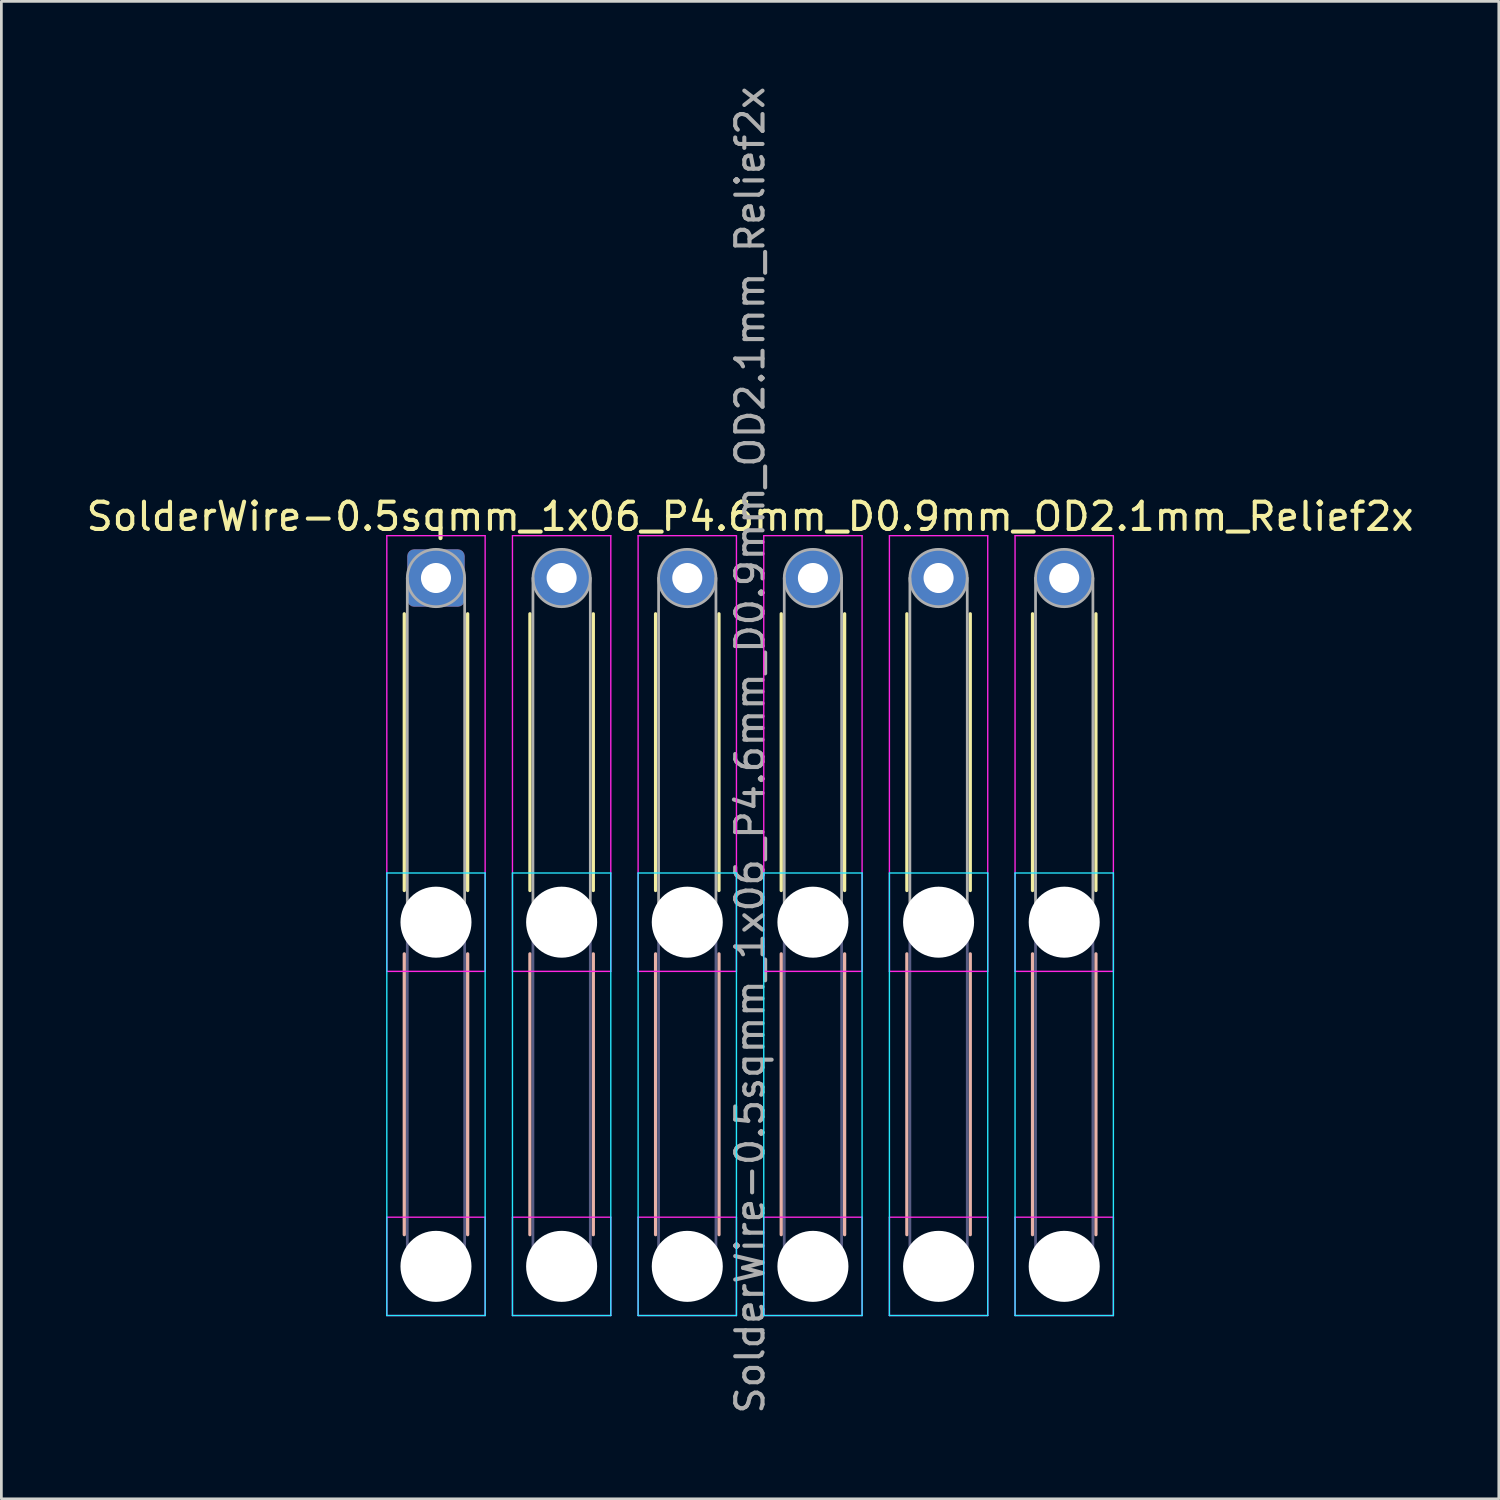
<source format=kicad_pcb>
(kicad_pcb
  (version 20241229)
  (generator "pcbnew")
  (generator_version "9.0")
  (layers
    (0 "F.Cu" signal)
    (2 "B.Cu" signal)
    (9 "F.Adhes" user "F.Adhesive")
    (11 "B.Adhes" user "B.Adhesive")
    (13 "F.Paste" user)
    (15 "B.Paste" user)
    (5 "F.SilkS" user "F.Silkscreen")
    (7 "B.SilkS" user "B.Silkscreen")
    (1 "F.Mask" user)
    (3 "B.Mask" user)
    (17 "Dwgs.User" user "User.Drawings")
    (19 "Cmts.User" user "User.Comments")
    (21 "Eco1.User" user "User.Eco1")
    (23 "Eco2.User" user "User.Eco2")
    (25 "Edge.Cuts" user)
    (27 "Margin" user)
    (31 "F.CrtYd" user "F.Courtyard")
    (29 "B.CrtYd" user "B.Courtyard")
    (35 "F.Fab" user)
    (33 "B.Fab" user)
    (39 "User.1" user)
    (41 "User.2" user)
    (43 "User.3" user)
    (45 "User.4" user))
  (footprint "SolderWire-0.5sqmm_1x06_P4.6mm_D0.9mm_OD2.1mm_Relief2x"
    (layer "F.Cu")
    (at 12.911 18.111)
    (property "Reference" "SolderWire-0.5sqmm_1x06_P4.6mm_D0.9mm_OD2.1mm_Relief2x" (at 11.5 -2.25 0) (layer "F.SilkS") (effects (font (size 1 1) (thickness 0.15))))
    (attr exclude_from_pos_files exclude_from_bom)
    (fp_line (start -1.16 1.31) (end -1.16 11.44) (stroke (width 0.12) (type solid)) (layer "F.SilkS"))
    (fp_line (start 1.16 1.31) (end 1.16 11.44) (stroke (width 0.12) (type solid)) (layer "F.SilkS"))
    (fp_line (start 3.44 1.31) (end 3.44 11.44) (stroke (width 0.12) (type solid)) (layer "F.SilkS"))
    (fp_line (start 5.76 1.31) (end 5.76 11.44) (stroke (width 0.12) (type solid)) (layer "F.SilkS"))
    (fp_line (start 8.04 1.31) (end 8.04 11.44) (stroke (width 0.12) (type solid)) (layer "F.SilkS"))
    (fp_line (start 10.36 1.31) (end 10.36 11.44) (stroke (width 0.12) (type solid)) (layer "F.SilkS"))
    (fp_line (start 12.64 1.31) (end 12.64 11.44) (stroke (width 0.12) (type solid)) (layer "F.SilkS"))
    (fp_line (start 14.96 1.31) (end 14.96 11.44) (stroke (width 0.12) (type solid)) (layer "F.SilkS"))
    (fp_line (start 17.24 1.31) (end 17.24 11.44) (stroke (width 0.12) (type solid)) (layer "F.SilkS"))
    (fp_line (start 19.56 1.31) (end 19.56 11.44) (stroke (width 0.12) (type solid)) (layer "F.SilkS"))
    (fp_line (start 21.84 1.31) (end 21.84 11.44) (stroke (width 0.12) (type solid)) (layer "F.SilkS"))
    (fp_line (start 24.16 1.31) (end 24.16 11.44) (stroke (width 0.12) (type solid)) (layer "F.SilkS"))
    (fp_line (start -1.16 13.76) (end -1.16 24.04) (stroke (width 0.12) (type solid)) (layer "B.SilkS"))
    (fp_line (start 1.16 13.76) (end 1.16 24.04) (stroke (width 0.12) (type solid)) (layer "B.SilkS"))
    (fp_line (start 3.44 13.76) (end 3.44 24.04) (stroke (width 0.12) (type solid)) (layer "B.SilkS"))
    (fp_line (start 5.76 13.76) (end 5.76 24.04) (stroke (width 0.12) (type solid)) (layer "B.SilkS"))
    (fp_line (start 8.04 13.76) (end 8.04 24.04) (stroke (width 0.12) (type solid)) (layer "B.SilkS"))
    (fp_line (start 10.36 13.76) (end 10.36 24.04) (stroke (width 0.12) (type solid)) (layer "B.SilkS"))
    (fp_line (start 12.64 13.76) (end 12.64 24.04) (stroke (width 0.12) (type solid)) (layer "B.SilkS"))
    (fp_line (start 14.96 13.76) (end 14.96 24.04) (stroke (width 0.12) (type solid)) (layer "B.SilkS"))
    (fp_line (start 17.24 13.76) (end 17.24 24.04) (stroke (width 0.12) (type solid)) (layer "B.SilkS"))
    (fp_line (start 19.56 13.76) (end 19.56 24.04) (stroke (width 0.12) (type solid)) (layer "B.SilkS"))
    (fp_line (start 21.84 13.76) (end 21.84 24.04) (stroke (width 0.12) (type solid)) (layer "B.SilkS"))
    (fp_line (start 24.16 13.76) (end 24.16 24.04) (stroke (width 0.12) (type solid)) (layer "B.SilkS"))
    (fp_line (start -1.8 10.8) (end -1.8 27) (stroke (width 0.05) (type solid)) (layer "B.CrtYd"))
    (fp_line (start -1.8 27) (end 1.8 27) (stroke (width 0.05) (type solid)) (layer "B.CrtYd"))
    (fp_line (start 1.8 10.8) (end -1.8 10.8) (stroke (width 0.05) (type solid)) (layer "B.CrtYd"))
    (fp_line (start 1.8 27) (end 1.8 10.8) (stroke (width 0.05) (type solid)) (layer "B.CrtYd"))
    (fp_line (start 2.8 10.8) (end 2.8 27) (stroke (width 0.05) (type solid)) (layer "B.CrtYd"))
    (fp_line (start 2.8 27) (end 6.4 27) (stroke (width 0.05) (type solid)) (layer "B.CrtYd"))
    (fp_line (start 6.4 10.8) (end 2.8 10.8) (stroke (width 0.05) (type solid)) (layer "B.CrtYd"))
    (fp_line (start 6.4 27) (end 6.4 10.8) (stroke (width 0.05) (type solid)) (layer "B.CrtYd"))
    (fp_line (start 7.4 10.8) (end 7.4 27) (stroke (width 0.05) (type solid)) (layer "B.CrtYd"))
    (fp_line (start 7.4 27) (end 11 27) (stroke (width 0.05) (type solid)) (layer "B.CrtYd"))
    (fp_line (start 11 10.8) (end 7.4 10.8) (stroke (width 0.05) (type solid)) (layer "B.CrtYd"))
    (fp_line (start 11 27) (end 11 10.8) (stroke (width 0.05) (type solid)) (layer "B.CrtYd"))
    (fp_line (start 12 10.8) (end 12 27) (stroke (width 0.05) (type solid)) (layer "B.CrtYd"))
    (fp_line (start 12 27) (end 15.6 27) (stroke (width 0.05) (type solid)) (layer "B.CrtYd"))
    (fp_line (start 15.6 10.8) (end 12 10.8) (stroke (width 0.05) (type solid)) (layer "B.CrtYd"))
    (fp_line (start 15.6 27) (end 15.6 10.8) (stroke (width 0.05) (type solid)) (layer "B.CrtYd"))
    (fp_line (start 16.6 10.8) (end 16.6 27) (stroke (width 0.05) (type solid)) (layer "B.CrtYd"))
    (fp_line (start 16.6 27) (end 20.2 27) (stroke (width 0.05) (type solid)) (layer "B.CrtYd"))
    (fp_line (start 20.2 10.8) (end 16.6 10.8) (stroke (width 0.05) (type solid)) (layer "B.CrtYd"))
    (fp_line (start 20.2 27) (end 20.2 10.8) (stroke (width 0.05) (type solid)) (layer "B.CrtYd"))
    (fp_line (start 21.2 10.8) (end 21.2 27) (stroke (width 0.05) (type solid)) (layer "B.CrtYd"))
    (fp_line (start 21.2 27) (end 24.8 27) (stroke (width 0.05) (type solid)) (layer "B.CrtYd"))
    (fp_line (start 24.8 10.8) (end 21.2 10.8) (stroke (width 0.05) (type solid)) (layer "B.CrtYd"))
    (fp_line (start 24.8 27) (end 24.8 10.8) (stroke (width 0.05) (type solid)) (layer "B.CrtYd"))
    (fp_line (start -1.8 -1.55) (end -1.8 14.4) (stroke (width 0.05) (type solid)) (layer "F.CrtYd"))
    (fp_line (start -1.8 14.4) (end 1.8 14.4) (stroke (width 0.05) (type solid)) (layer "F.CrtYd"))
    (fp_line (start -1.8 23.4) (end -1.8 27) (stroke (width 0.05) (type solid)) (layer "F.CrtYd"))
    (fp_line (start -1.8 27) (end 1.8 27) (stroke (width 0.05) (type solid)) (layer "F.CrtYd"))
    (fp_line (start 1.8 -1.55) (end -1.8 -1.55) (stroke (width 0.05) (type solid)) (layer "F.CrtYd"))
    (fp_line (start 1.8 14.4) (end 1.8 -1.55) (stroke (width 0.05) (type solid)) (layer "F.CrtYd"))
    (fp_line (start 1.8 23.4) (end -1.8 23.4) (stroke (width 0.05) (type solid)) (layer "F.CrtYd"))
    (fp_line (start 1.8 27) (end 1.8 23.4) (stroke (width 0.05) (type solid)) (layer "F.CrtYd"))
    (fp_line (start 2.8 -1.55) (end 2.8 14.4) (stroke (width 0.05) (type solid)) (layer "F.CrtYd"))
    (fp_line (start 2.8 14.4) (end 6.4 14.4) (stroke (width 0.05) (type solid)) (layer "F.CrtYd"))
    (fp_line (start 2.8 23.4) (end 2.8 27) (stroke (width 0.05) (type solid)) (layer "F.CrtYd"))
    (fp_line (start 2.8 27) (end 6.4 27) (stroke (width 0.05) (type solid)) (layer "F.CrtYd"))
    (fp_line (start 6.4 -1.55) (end 2.8 -1.55) (stroke (width 0.05) (type solid)) (layer "F.CrtYd"))
    (fp_line (start 6.4 14.4) (end 6.4 -1.55) (stroke (width 0.05) (type solid)) (layer "F.CrtYd"))
    (fp_line (start 6.4 23.4) (end 2.8 23.4) (stroke (width 0.05) (type solid)) (layer "F.CrtYd"))
    (fp_line (start 6.4 27) (end 6.4 23.4) (stroke (width 0.05) (type solid)) (layer "F.CrtYd"))
    (fp_line (start 7.4 -1.55) (end 7.4 14.4) (stroke (width 0.05) (type solid)) (layer "F.CrtYd"))
    (fp_line (start 7.4 14.4) (end 11 14.4) (stroke (width 0.05) (type solid)) (layer "F.CrtYd"))
    (fp_line (start 7.4 23.4) (end 7.4 27) (stroke (width 0.05) (type solid)) (layer "F.CrtYd"))
    (fp_line (start 7.4 27) (end 11 27) (stroke (width 0.05) (type solid)) (layer "F.CrtYd"))
    (fp_line (start 11 -1.55) (end 7.4 -1.55) (stroke (width 0.05) (type solid)) (layer "F.CrtYd"))
    (fp_line (start 11 14.4) (end 11 -1.55) (stroke (width 0.05) (type solid)) (layer "F.CrtYd"))
    (fp_line (start 11 23.4) (end 7.4 23.4) (stroke (width 0.05) (type solid)) (layer "F.CrtYd"))
    (fp_line (start 11 27) (end 11 23.4) (stroke (width 0.05) (type solid)) (layer "F.CrtYd"))
    (fp_line (start 12 -1.55) (end 12 14.4) (stroke (width 0.05) (type solid)) (layer "F.CrtYd"))
    (fp_line (start 12 14.4) (end 15.6 14.4) (stroke (width 0.05) (type solid)) (layer "F.CrtYd"))
    (fp_line (start 12 23.4) (end 12 27) (stroke (width 0.05) (type solid)) (layer "F.CrtYd"))
    (fp_line (start 12 27) (end 15.6 27) (stroke (width 0.05) (type solid)) (layer "F.CrtYd"))
    (fp_line (start 15.6 -1.55) (end 12 -1.55) (stroke (width 0.05) (type solid)) (layer "F.CrtYd"))
    (fp_line (start 15.6 14.4) (end 15.6 -1.55) (stroke (width 0.05) (type solid)) (layer "F.CrtYd"))
    (fp_line (start 15.6 23.4) (end 12 23.4) (stroke (width 0.05) (type solid)) (layer "F.CrtYd"))
    (fp_line (start 15.6 27) (end 15.6 23.4) (stroke (width 0.05) (type solid)) (layer "F.CrtYd"))
    (fp_line (start 16.6 -1.55) (end 16.6 14.4) (stroke (width 0.05) (type solid)) (layer "F.CrtYd"))
    (fp_line (start 16.6 14.4) (end 20.2 14.4) (stroke (width 0.05) (type solid)) (layer "F.CrtYd"))
    (fp_line (start 16.6 23.4) (end 16.6 27) (stroke (width 0.05) (type solid)) (layer "F.CrtYd"))
    (fp_line (start 16.6 27) (end 20.2 27) (stroke (width 0.05) (type solid)) (layer "F.CrtYd"))
    (fp_line (start 20.2 -1.55) (end 16.6 -1.55) (stroke (width 0.05) (type solid)) (layer "F.CrtYd"))
    (fp_line (start 20.2 14.4) (end 20.2 -1.55) (stroke (width 0.05) (type solid)) (layer "F.CrtYd"))
    (fp_line (start 20.2 23.4) (end 16.6 23.4) (stroke (width 0.05) (type solid)) (layer "F.CrtYd"))
    (fp_line (start 20.2 27) (end 20.2 23.4) (stroke (width 0.05) (type solid)) (layer "F.CrtYd"))
    (fp_line (start 21.2 -1.55) (end 21.2 14.4) (stroke (width 0.05) (type solid)) (layer "F.CrtYd"))
    (fp_line (start 21.2 14.4) (end 24.8 14.4) (stroke (width 0.05) (type solid)) (layer "F.CrtYd"))
    (fp_line (start 21.2 23.4) (end 21.2 27) (stroke (width 0.05) (type solid)) (layer "F.CrtYd"))
    (fp_line (start 21.2 27) (end 24.8 27) (stroke (width 0.05) (type solid)) (layer "F.CrtYd"))
    (fp_line (start 24.8 -1.55) (end 21.2 -1.55) (stroke (width 0.05) (type solid)) (layer "F.CrtYd"))
    (fp_line (start 24.8 14.4) (end 24.8 -1.55) (stroke (width 0.05) (type solid)) (layer "F.CrtYd"))
    (fp_line (start 24.8 23.4) (end 21.2 23.4) (stroke (width 0.05) (type solid)) (layer "F.CrtYd"))
    (fp_line (start 24.8 27) (end 24.8 23.4) (stroke (width 0.05) (type solid)) (layer "F.CrtYd"))
    (fp_line (start -1.05 12.6) (end -1.05 25.2) (stroke (width 0.1) (type solid)) (layer "B.Fab"))
    (fp_line (start 1.05 12.6) (end 1.05 25.2) (stroke (width 0.1) (type solid)) (layer "B.Fab"))
    (fp_line (start 3.55 12.6) (end 3.55 25.2) (stroke (width 0.1) (type solid)) (layer "B.Fab"))
    (fp_line (start 5.65 12.6) (end 5.65 25.2) (stroke (width 0.1) (type solid)) (layer "B.Fab"))
    (fp_line (start 8.15 12.6) (end 8.15 25.2) (stroke (width 0.1) (type solid)) (layer "B.Fab"))
    (fp_line (start 10.25 12.6) (end 10.25 25.2) (stroke (width 0.1) (type solid)) (layer "B.Fab"))
    (fp_line (start 12.75 12.6) (end 12.75 25.2) (stroke (width 0.1) (type solid)) (layer "B.Fab"))
    (fp_line (start 14.85 12.6) (end 14.85 25.2) (stroke (width 0.1) (type solid)) (layer "B.Fab"))
    (fp_line (start 17.35 12.6) (end 17.35 25.2) (stroke (width 0.1) (type solid)) (layer "B.Fab"))
    (fp_line (start 19.45 12.6) (end 19.45 25.2) (stroke (width 0.1) (type solid)) (layer "B.Fab"))
    (fp_line (start 21.95 12.6) (end 21.95 25.2) (stroke (width 0.1) (type solid)) (layer "B.Fab"))
    (fp_line (start 24.05 12.6) (end 24.05 25.2) (stroke (width 0.1) (type solid)) (layer "B.Fab"))
    (fp_circle (center 0 12.6) (end 1.05 12.6) (stroke (width 0.1) (type solid)) (fill no) (layer "B.Fab"))
    (fp_circle (center 0 25.2) (end 1.05 25.2) (stroke (width 0.1) (type solid)) (fill no) (layer "B.Fab"))
    (fp_circle (center 4.6 12.6) (end 5.65 12.6) (stroke (width 0.1) (type solid)) (fill no) (layer "B.Fab"))
    (fp_circle (center 4.6 25.2) (end 5.65 25.2) (stroke (width 0.1) (type solid)) (fill no) (layer "B.Fab"))
    (fp_circle (center 9.2 12.6) (end 10.25 12.6) (stroke (width 0.1) (type solid)) (fill no) (layer "B.Fab"))
    (fp_circle (center 9.2 25.2) (end 10.25 25.2) (stroke (width 0.1) (type solid)) (fill no) (layer "B.Fab"))
    (fp_circle (center 13.8 12.6) (end 14.85 12.6) (stroke (width 0.1) (type solid)) (fill no) (layer "B.Fab"))
    (fp_circle (center 13.8 25.2) (end 14.85 25.2) (stroke (width 0.1) (type solid)) (fill no) (layer "B.Fab"))
    (fp_circle (center 18.4 12.6) (end 19.45 12.6) (stroke (width 0.1) (type solid)) (fill no) (layer "B.Fab"))
    (fp_circle (center 18.4 25.2) (end 19.45 25.2) (stroke (width 0.1) (type solid)) (fill no) (layer "B.Fab"))
    (fp_circle (center 23 12.6) (end 24.05 12.6) (stroke (width 0.1) (type solid)) (fill no) (layer "B.Fab"))
    (fp_circle (center 23 25.2) (end 24.05 25.2) (stroke (width 0.1) (type solid)) (fill no) (layer "B.Fab"))
    (fp_line (start -1.05 0) (end -1.05 12.6) (stroke (width 0.1) (type solid)) (layer "F.Fab"))
    (fp_line (start 1.05 0) (end 1.05 12.6) (stroke (width 0.1) (type solid)) (layer "F.Fab"))
    (fp_line (start 3.55 0) (end 3.55 12.6) (stroke (width 0.1) (type solid)) (layer "F.Fab"))
    (fp_line (start 5.65 0) (end 5.65 12.6) (stroke (width 0.1) (type solid)) (layer "F.Fab"))
    (fp_line (start 8.15 0) (end 8.15 12.6) (stroke (width 0.1) (type solid)) (layer "F.Fab"))
    (fp_line (start 10.25 0) (end 10.25 12.6) (stroke (width 0.1) (type solid)) (layer "F.Fab"))
    (fp_line (start 12.75 0) (end 12.75 12.6) (stroke (width 0.1) (type solid)) (layer "F.Fab"))
    (fp_line (start 14.85 0) (end 14.85 12.6) (stroke (width 0.1) (type solid)) (layer "F.Fab"))
    (fp_line (start 17.35 0) (end 17.35 12.6) (stroke (width 0.1) (type solid)) (layer "F.Fab"))
    (fp_line (start 19.45 0) (end 19.45 12.6) (stroke (width 0.1) (type solid)) (layer "F.Fab"))
    (fp_line (start 21.95 0) (end 21.95 12.6) (stroke (width 0.1) (type solid)) (layer "F.Fab"))
    (fp_line (start 24.05 0) (end 24.05 12.6) (stroke (width 0.1) (type solid)) (layer "F.Fab"))
    (fp_circle (center 0 0) (end 1.05 0) (stroke (width 0.1) (type solid)) (fill no) (layer "F.Fab"))
    (fp_circle (center 0 12.6) (end 1.05 12.6) (stroke (width 0.1) (type solid)) (fill no) (layer "F.Fab"))
    (fp_circle (center 0 25.2) (end 1.05 25.2) (stroke (width 0.1) (type solid)) (fill no) (layer "F.Fab"))
    (fp_circle (center 4.6 0) (end 5.65 0) (stroke (width 0.1) (type solid)) (fill no) (layer "F.Fab"))
    (fp_circle (center 4.6 12.6) (end 5.65 12.6) (stroke (width 0.1) (type solid)) (fill no) (layer "F.Fab"))
    (fp_circle (center 4.6 25.2) (end 5.65 25.2) (stroke (width 0.1) (type solid)) (fill no) (layer "F.Fab"))
    (fp_circle (center 9.2 0) (end 10.25 0) (stroke (width 0.1) (type solid)) (fill no) (layer "F.Fab"))
    (fp_circle (center 9.2 12.6) (end 10.25 12.6) (stroke (width 0.1) (type solid)) (fill no) (layer "F.Fab"))
    (fp_circle (center 9.2 25.2) (end 10.25 25.2) (stroke (width 0.1) (type solid)) (fill no) (layer "F.Fab"))
    (fp_circle (center 13.8 0) (end 14.85 0) (stroke (width 0.1) (type solid)) (fill no) (layer "F.Fab"))
    (fp_circle (center 13.8 12.6) (end 14.85 12.6) (stroke (width 0.1) (type solid)) (fill no) (layer "F.Fab"))
    (fp_circle (center 13.8 25.2) (end 14.85 25.2) (stroke (width 0.1) (type solid)) (fill no) (layer "F.Fab"))
    (fp_circle (center 18.4 0) (end 19.45 0) (stroke (width 0.1) (type solid)) (fill no) (layer "F.Fab"))
    (fp_circle (center 18.4 12.6) (end 19.45 12.6) (stroke (width 0.1) (type solid)) (fill no) (layer "F.Fab"))
    (fp_circle (center 18.4 25.2) (end 19.45 25.2) (stroke (width 0.1) (type solid)) (fill no) (layer "F.Fab"))
    (fp_circle (center 23 0) (end 24.05 0) (stroke (width 0.1) (type solid)) (fill no) (layer "F.Fab"))
    (fp_circle (center 23 12.6) (end 24.05 12.6) (stroke (width 0.1) (type solid)) (fill no) (layer "F.Fab"))
    (fp_circle (center 23 25.2) (end 24.05 25.2) (stroke (width 0.1) (type solid)) (fill no) (layer "F.Fab"))
    (fp_text user "${REFERENCE}" (at 11.5 6.3 90) (layer "F.Fab") (effects (font (size 1 1) (thickness 0.15))))
    (pad "" np_thru_hole circle (at 0 12.6) (size 2.6 2.6) (drill 2.6) (layers "*.Cu" "*.Mask"))
    (pad "" np_thru_hole circle (at 0 25.2) (size 2.6 2.6) (drill 2.6) (layers "*.Cu" "*.Mask"))
    (pad "" np_thru_hole circle (at 4.6 12.6) (size 2.6 2.6) (drill 2.6) (layers "*.Cu" "*.Mask"))
    (pad "" np_thru_hole circle (at 4.6 25.2) (size 2.6 2.6) (drill 2.6) (layers "*.Cu" "*.Mask"))
    (pad "" np_thru_hole circle (at 9.2 12.6) (size 2.6 2.6) (drill 2.6) (layers "*.Cu" "*.Mask"))
    (pad "" np_thru_hole circle (at 9.2 25.2) (size 2.6 2.6) (drill 2.6) (layers "*.Cu" "*.Mask"))
    (pad "" np_thru_hole circle (at 13.8 12.6) (size 2.6 2.6) (drill 2.6) (layers "*.Cu" "*.Mask"))
    (pad "" np_thru_hole circle (at 13.8 25.2) (size 2.6 2.6) (drill 2.6) (layers "*.Cu" "*.Mask"))
    (pad "" np_thru_hole circle (at 18.4 12.6) (size 2.6 2.6) (drill 2.6) (layers "*.Cu" "*.Mask"))
    (pad "" np_thru_hole circle (at 18.4 25.2) (size 2.6 2.6) (drill 2.6) (layers "*.Cu" "*.Mask"))
    (pad "" np_thru_hole circle (at 23 12.6) (size 2.6 2.6) (drill 2.6) (layers "*.Cu" "*.Mask"))
    (pad "" np_thru_hole circle (at 23 25.2) (size 2.6 2.6) (drill 2.6) (layers "*.Cu" "*.Mask"))
    (pad "1" thru_hole roundrect (at 0 0) (size 2.1 2.1) (drill 1.1) (layers "*.Cu" "*.Mask") (roundrect_rratio 0.119))
    (pad "2" thru_hole circle (at 4.6 0) (size 2.1 2.1) (drill 1.1) (layers "*.Cu" "*.Mask"))
    (pad "3" thru_hole circle (at 9.2 0) (size 2.1 2.1) (drill 1.1) (layers "*.Cu" "*.Mask"))
    (pad "4" thru_hole circle (at 13.8 0) (size 2.1 2.1) (drill 1.1) (layers "*.Cu" "*.Mask"))
    (pad "5" thru_hole circle (at 18.4 0) (size 2.1 2.1) (drill 1.1) (layers "*.Cu" "*.Mask"))
    (pad "6" thru_hole circle (at 23 0) (size 2.1 2.1) (drill 1.1) (layers "*.Cu" "*.Mask")))
  (gr_rect
    (start -3 -3)
    (end 51.821 51.821)
    (stroke (width 0.1) (type default))
    (fill no)
    (layer "Edge.Cuts")))
</source>
